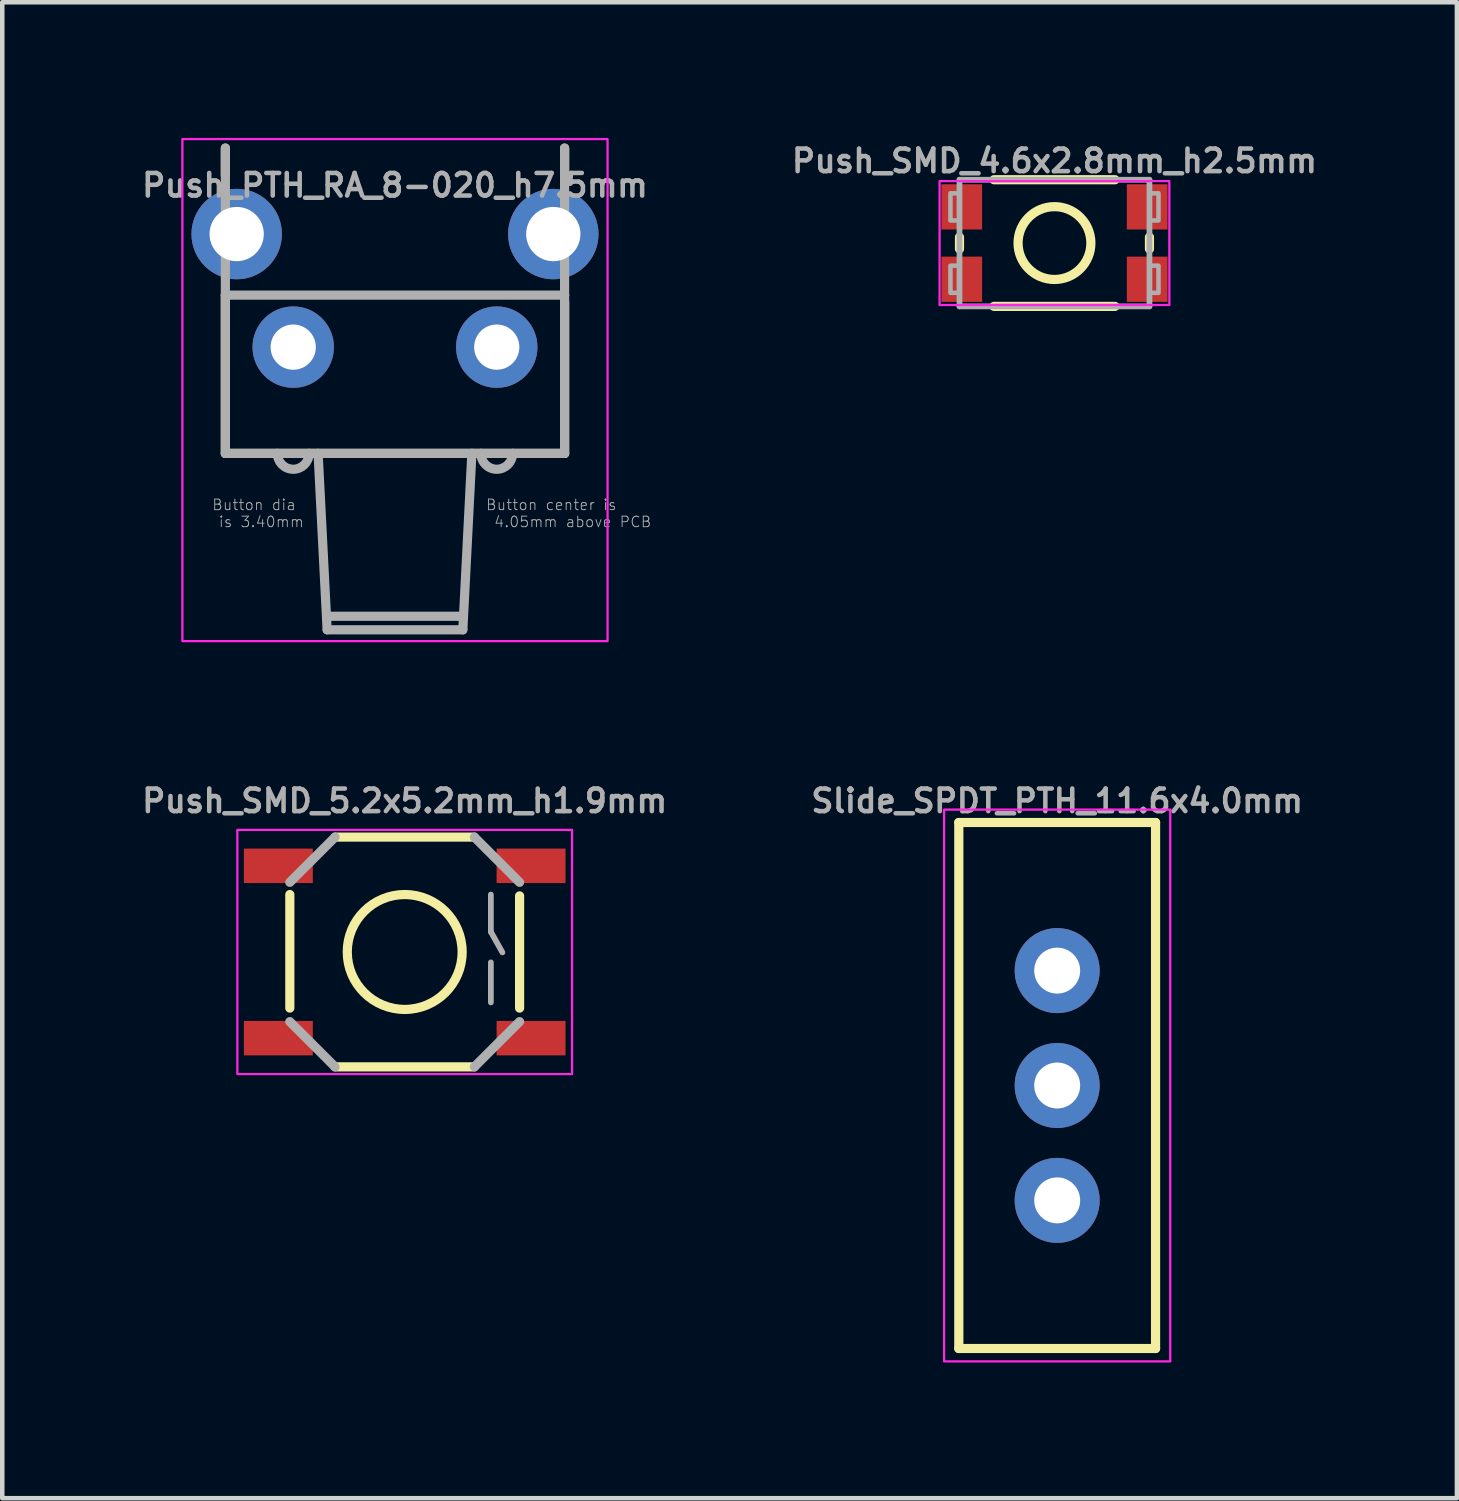
<source format=kicad_pcb>
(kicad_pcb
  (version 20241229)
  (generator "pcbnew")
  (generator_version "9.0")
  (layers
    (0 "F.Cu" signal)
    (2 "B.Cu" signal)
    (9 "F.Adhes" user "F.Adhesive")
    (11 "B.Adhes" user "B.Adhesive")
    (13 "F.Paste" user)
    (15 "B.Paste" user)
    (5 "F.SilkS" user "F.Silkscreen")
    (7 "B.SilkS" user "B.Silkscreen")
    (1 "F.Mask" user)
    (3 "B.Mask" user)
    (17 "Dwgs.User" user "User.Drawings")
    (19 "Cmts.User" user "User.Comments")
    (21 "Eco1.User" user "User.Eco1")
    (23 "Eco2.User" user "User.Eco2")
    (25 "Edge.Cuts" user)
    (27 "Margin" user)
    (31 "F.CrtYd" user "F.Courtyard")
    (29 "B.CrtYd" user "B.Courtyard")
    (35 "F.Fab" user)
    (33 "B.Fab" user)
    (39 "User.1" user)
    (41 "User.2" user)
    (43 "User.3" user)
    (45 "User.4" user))
  (footprint "Push_PTH_RA_8-020_h7.5mm"
    (layer "F.Cu")
    (at 5.683 4.625)
    (property "Reference" "Push_PTH_RA_8-020_h7.5mm" (at 0 -3.285 0) (layer "F.Fab") (effects (font (size 0.5 0.5) (thickness 0.1) (bold yes)) (justify bottom)))
    (attr through_hole)
    (fp_line (start -3.75 -3.8) (end -3.75 -4.4) (stroke (width 0.203) (type solid)) (layer "F.SilkS"))
    (fp_line (start -3.75 2.35) (end -3.75 -1.15) (stroke (width 0.203) (type solid)) (layer "F.SilkS"))
    (fp_line (start -3.75 2.35) (end 3.75 2.35) (stroke (width 0.203) (type solid)) (layer "F.SilkS"))
    (fp_line (start 3.75 -3.8) (end 3.75 -4.4) (stroke (width 0.203) (type solid)) (layer "F.SilkS"))
    (fp_line (start 3.75 2.35) (end 3.75 -1) (stroke (width 0.203) (type solid)) (layer "F.SilkS"))
    (fp_rect (start 4.7 -4.6) (end -4.7 6.5) (stroke (width 0.05) (type default)) (fill no) (layer "F.CrtYd"))
    (fp_line (start -3.75 -1.15) (end -3.75 -4.4) (stroke (width 0.203) (type solid)) (layer "F.Fab"))
    (fp_line (start -3.75 -1.15) (end 3.75 -1.15) (stroke (width 0.203) (type solid)) (layer "F.Fab"))
    (fp_line (start -3.75 2.35) (end -3.75 -1.15) (stroke (width 0.203) (type solid)) (layer "F.Fab"))
    (fp_line (start -3.75 2.35) (end -2.6 2.35) (stroke (width 0.203) (type solid)) (layer "F.Fab"))
    (fp_line (start -2.6 2.35) (end -1.9 2.35) (stroke (width 0.203) (type solid)) (layer "F.Fab"))
    (fp_line (start -1.9 2.35) (end -1.7 2.35) (stroke (width 0.203) (type solid)) (layer "F.Fab"))
    (fp_line (start -1.7 2.35) (end -1.5 6.25) (stroke (width 0.203) (type solid)) (layer "F.Fab"))
    (fp_line (start -1.7 2.35) (end 1.7 2.35) (stroke (width 0.203) (type solid)) (layer "F.Fab"))
    (fp_line (start -1.5 5.95) (end 1.5 5.95) (stroke (width 0.203) (type solid)) (layer "F.Fab"))
    (fp_line (start -1.5 6.25) (end 1.5 6.25) (stroke (width 0.203) (type solid)) (layer "F.Fab"))
    (fp_line (start 1.5 6.25) (end 1.7 2.35) (stroke (width 0.203) (type solid)) (layer "F.Fab"))
    (fp_line (start 1.7 2.35) (end 1.9 2.35) (stroke (width 0.203) (type solid)) (layer "F.Fab"))
    (fp_line (start 1.9 2.35) (end 2.6 2.35) (stroke (width 0.203) (type solid)) (layer "F.Fab"))
    (fp_line (start 2.6 2.35) (end 3.75 2.35) (stroke (width 0.203) (type solid)) (layer "F.Fab"))
    (fp_line (start 3.75 -1.15) (end 3.75 -4.4) (stroke (width 0.203) (type solid)) (layer "F.Fab"))
    (fp_line (start 3.75 2.35) (end 3.75 -1.15) (stroke (width 0.203) (type solid)) (layer "F.Fab"))
    (fp_arc (start -1.9 2.35) (mid -2.25 2.7) (end -2.6 2.35) (stroke (width 0.2032) (type solid)) (layer "F.Fab"))
    (fp_arc (start 2.6 2.35) (mid 2.25 2.7) (end 1.9 2.35) (stroke (width 0.2032) (type solid)) (layer "F.Fab"))
    (fp_text user "Button dia \nis 3.40mm" (at -2 4 0) (layer "F.Fab") (effects (font (size 0.234 0.234) (thickness 0.02)) (justify right bottom)))
    (fp_text user "Button center is\n 4.05mm above PCB" (at 2 4 0) (layer "F.Fab") (effects (font (size 0.234 0.234) (thickness 0.02)) (justify left bottom)))
    (pad "1" thru_hole circle (at -2.25 0) (size 1.8 1.8) (drill 1) (layers "*.Cu" "*.Mask"))
    (pad "2" thru_hole circle (at 2.25 0) (size 1.8 1.8) (drill 1) (layers "*.Cu" "*.Mask"))
    (pad "M1" thru_hole circle (at -3.5 -2.5) (size 2 2) (drill 1.2) (layers "*.Cu" "*.Mask"))
    (pad "M2" thru_hole circle (at 3.5 -2.5) (size 2 2) (drill 1.2) (layers "*.Cu" "*.Mask")))
  (footprint "Push_SMD_4.6x2.8mm_h2.5mm"
    (layer "F.Cu")
    (at 20.264 2.324)
    (property "Reference" "Push_SMD_4.6x2.8mm_h2.5mm" (at 0 -1.524 0) (layer "F.Fab") (effects (font (size 0.5 0.5) (thickness 0.1)) (justify bottom)))
    (attr smd)
    (fp_line (start -2.1 -0.13) (end -2.1 0.13) (stroke (width 0.203) (type solid)) (layer "F.SilkS"))
    (fp_line (start -1.338 -1.4) (end 1.338 -1.4) (stroke (width 0.203) (type solid)) (layer "F.SilkS"))
    (fp_line (start 1.338 1.4) (end -1.338 1.4) (stroke (width 0.203) (type solid)) (layer "F.SilkS"))
    (fp_line (start 2.1 0.13) (end 2.1 -0.13) (stroke (width 0.203) (type solid)) (layer "F.SilkS"))
    (fp_circle (center 0 0) (end 0.805 0) (stroke (width 0.203) (type solid)) (fill no) (layer "F.SilkS"))
    (fp_rect (start -2.54 -1.37) (end 2.54 1.37) (stroke (width 0.05) (type default)) (fill no) (layer "F.CrtYd"))
    (fp_line (start -2.1 -1.4) (end -2.1 1.4) (stroke (width 0.127) (type solid)) (layer "F.Fab"))
    (fp_line (start -2.1 -1.4) (end 2.1 -1.4) (stroke (width 0.127) (type solid)) (layer "F.Fab"))
    (fp_line (start -2.1 1.4) (end 2.1 1.4) (stroke (width 0.127) (type solid)) (layer "F.Fab"))
    (fp_line (start 2.1 1.4) (end 2.1 -1.4) (stroke (width 0.127) (type solid)) (layer "F.Fab"))
    (fp_poly (pts (xy -2.3 -0.5) (xy -2.1 -0.5) (xy -2.1 -1.1) (xy -2.3 -1.1)) (stroke (width 0.1) (type default)) (fill no) (layer "F.Fab"))
    (fp_poly (pts (xy -2.3 1.1) (xy -2.1 1.1) (xy -2.1 0.5) (xy -2.3 0.5)) (stroke (width 0.1) (type default)) (fill no) (layer "F.Fab"))
    (fp_poly (pts (xy 2.3 -1.1) (xy 2.1 -1.1) (xy 2.1 -0.5) (xy 2.3 -0.5)) (stroke (width 0.1) (type default)) (fill no) (layer "F.Fab"))
    (fp_poly (pts (xy 2.3 0.5) (xy 2.1 0.5) (xy 2.1 1.1) (xy 2.3 1.1)) (stroke (width 0.1) (type default)) (fill no) (layer "F.Fab"))
    (pad "1" smd rect (at -2.05 -0.8) (size 0.9 1) (layers "F.Cu" "F.Mask" "F.Paste"))
    (pad "1" smd rect (at 2.05 -0.8) (size 0.9 1) (layers "F.Cu" "F.Mask" "F.Paste"))
    (pad "2" smd rect (at -2.05 0.8) (size 0.9 1) (layers "F.Cu" "F.Mask" "F.Paste"))
    (pad "2" smd rect (at 2.05 0.8) (size 0.9 1) (layers "F.Cu" "F.Mask" "F.Paste")))
  (footprint "Slide_SPDT_PTH_11.6x4.0mm"
    (layer "F.Cu")
    (at 20.324 20.95)
    (property "Reference" "Slide_SPDT_PTH_11.6x4.0mm" (at 0 -6 180) (layer "F.Fab") (effects (font (size 0.5 0.5) (thickness 0.1)) (justify bottom)))
    (attr through_hole)
    (fp_line (start -2.175 -5.815) (end -2.175 5.815) (stroke (width 0.203) (type solid)) (layer "F.SilkS"))
    (fp_line (start -2.175 5.815) (end 2.175 5.815) (stroke (width 0.203) (type solid)) (layer "F.SilkS"))
    (fp_line (start 2.175 -5.815) (end -2.175 -5.815) (stroke (width 0.203) (type solid)) (layer "F.SilkS"))
    (fp_line (start 2.175 5.815) (end 2.175 -5.815) (stroke (width 0.203) (type solid)) (layer "F.SilkS"))
    (fp_rect (start 2.5 -6.1) (end -2.5 6.1) (stroke (width 0.05) (type default)) (fill no) (layer "F.CrtYd"))
    (pad "1" thru_hole circle (at 0 -2.54) (size 1.88 1.88) (drill 1.016) (layers "*.Cu" "*.Mask"))
    (pad "2" thru_hole circle (at 0 0) (size 1.88 1.88) (drill 1.016) (layers "*.Cu" "*.Mask"))
    (pad "3" thru_hole circle (at 0 2.54) (size 1.88 1.88) (drill 1.016) (layers "*.Cu" "*.Mask")))
  (footprint "Push_SMD_5.2x5.2mm_h1.9mm"
    (layer "F.Cu")
    (at 5.898 17.998)
    (property "Reference" "Push_SMD_5.2x5.2mm_h1.9mm" (at 0 -3.048 0) (layer "F.Fab") (effects (font (size 0.5 0.5) (thickness 0.1) (bold yes)) (justify bottom)))
    (attr smd)
    (fp_line (start -2.54 1.24) (end -2.54 -1.27) (stroke (width 0.203) (type solid)) (layer "F.SilkS"))
    (fp_line (start -1.54 -2.54) (end 1.54 -2.54) (stroke (width 0.203) (type solid)) (layer "F.SilkS"))
    (fp_line (start 1.54 2.54) (end -1.54 2.54) (stroke (width 0.203) (type solid)) (layer "F.SilkS"))
    (fp_line (start 2.54 -1.24) (end 2.54 1.24) (stroke (width 0.203) (type solid)) (layer "F.SilkS"))
    (fp_circle (center 0 0) (end 1.27 0) (stroke (width 0.203) (type solid)) (fill no) (layer "F.SilkS"))
    (fp_rect (start 3.7 -2.7) (end -3.7 2.7) (stroke (width 0.05) (type default)) (fill no) (layer "F.CrtYd"))
    (fp_line (start -2.54 -1.54) (end -1.54 -2.54) (stroke (width 0.203) (type solid)) (layer "F.Fab"))
    (fp_line (start -1.54 2.54) (end -2.54 1.54) (stroke (width 0.203) (type solid)) (layer "F.Fab"))
    (fp_line (start 1.54 -2.54) (end 2.54 -1.54) (stroke (width 0.203) (type solid)) (layer "F.Fab"))
    (fp_line (start 1.905 -1.27) (end 1.905 -0.445) (stroke (width 0.127) (type solid)) (layer "F.Fab"))
    (fp_line (start 1.905 -0.445) (end 2.16 0.01) (stroke (width 0.127) (type solid)) (layer "F.Fab"))
    (fp_line (start 1.905 0.23) (end 1.905 1.115) (stroke (width 0.127) (type solid)) (layer "F.Fab"))
    (fp_line (start 2.54 1.54) (end 1.54 2.54) (stroke (width 0.203) (type solid)) (layer "F.Fab"))
    (pad "1" smd rect (at -2.794 -1.905 90) (size 0.762 1.524) (layers "F.Cu" "F.Mask" "F.Paste"))
    (pad "1" smd rect (at 2.794 -1.905 90) (size 0.762 1.524) (layers "F.Cu" "F.Mask" "F.Paste"))
    (pad "2" smd rect (at -2.794 1.905 90) (size 0.762 1.524) (layers "F.Cu" "F.Mask" "F.Paste"))
    (pad "2" smd rect (at 2.794 1.905 90) (size 0.762 1.524) (layers "F.Cu" "F.Mask" "F.Paste")))
  (gr_rect
    (start -3 -3)
    (end 29.162 30.075)
    (stroke (width 0.1) (type default))
    (fill no)
    (layer "Edge.Cuts")))
</source>
